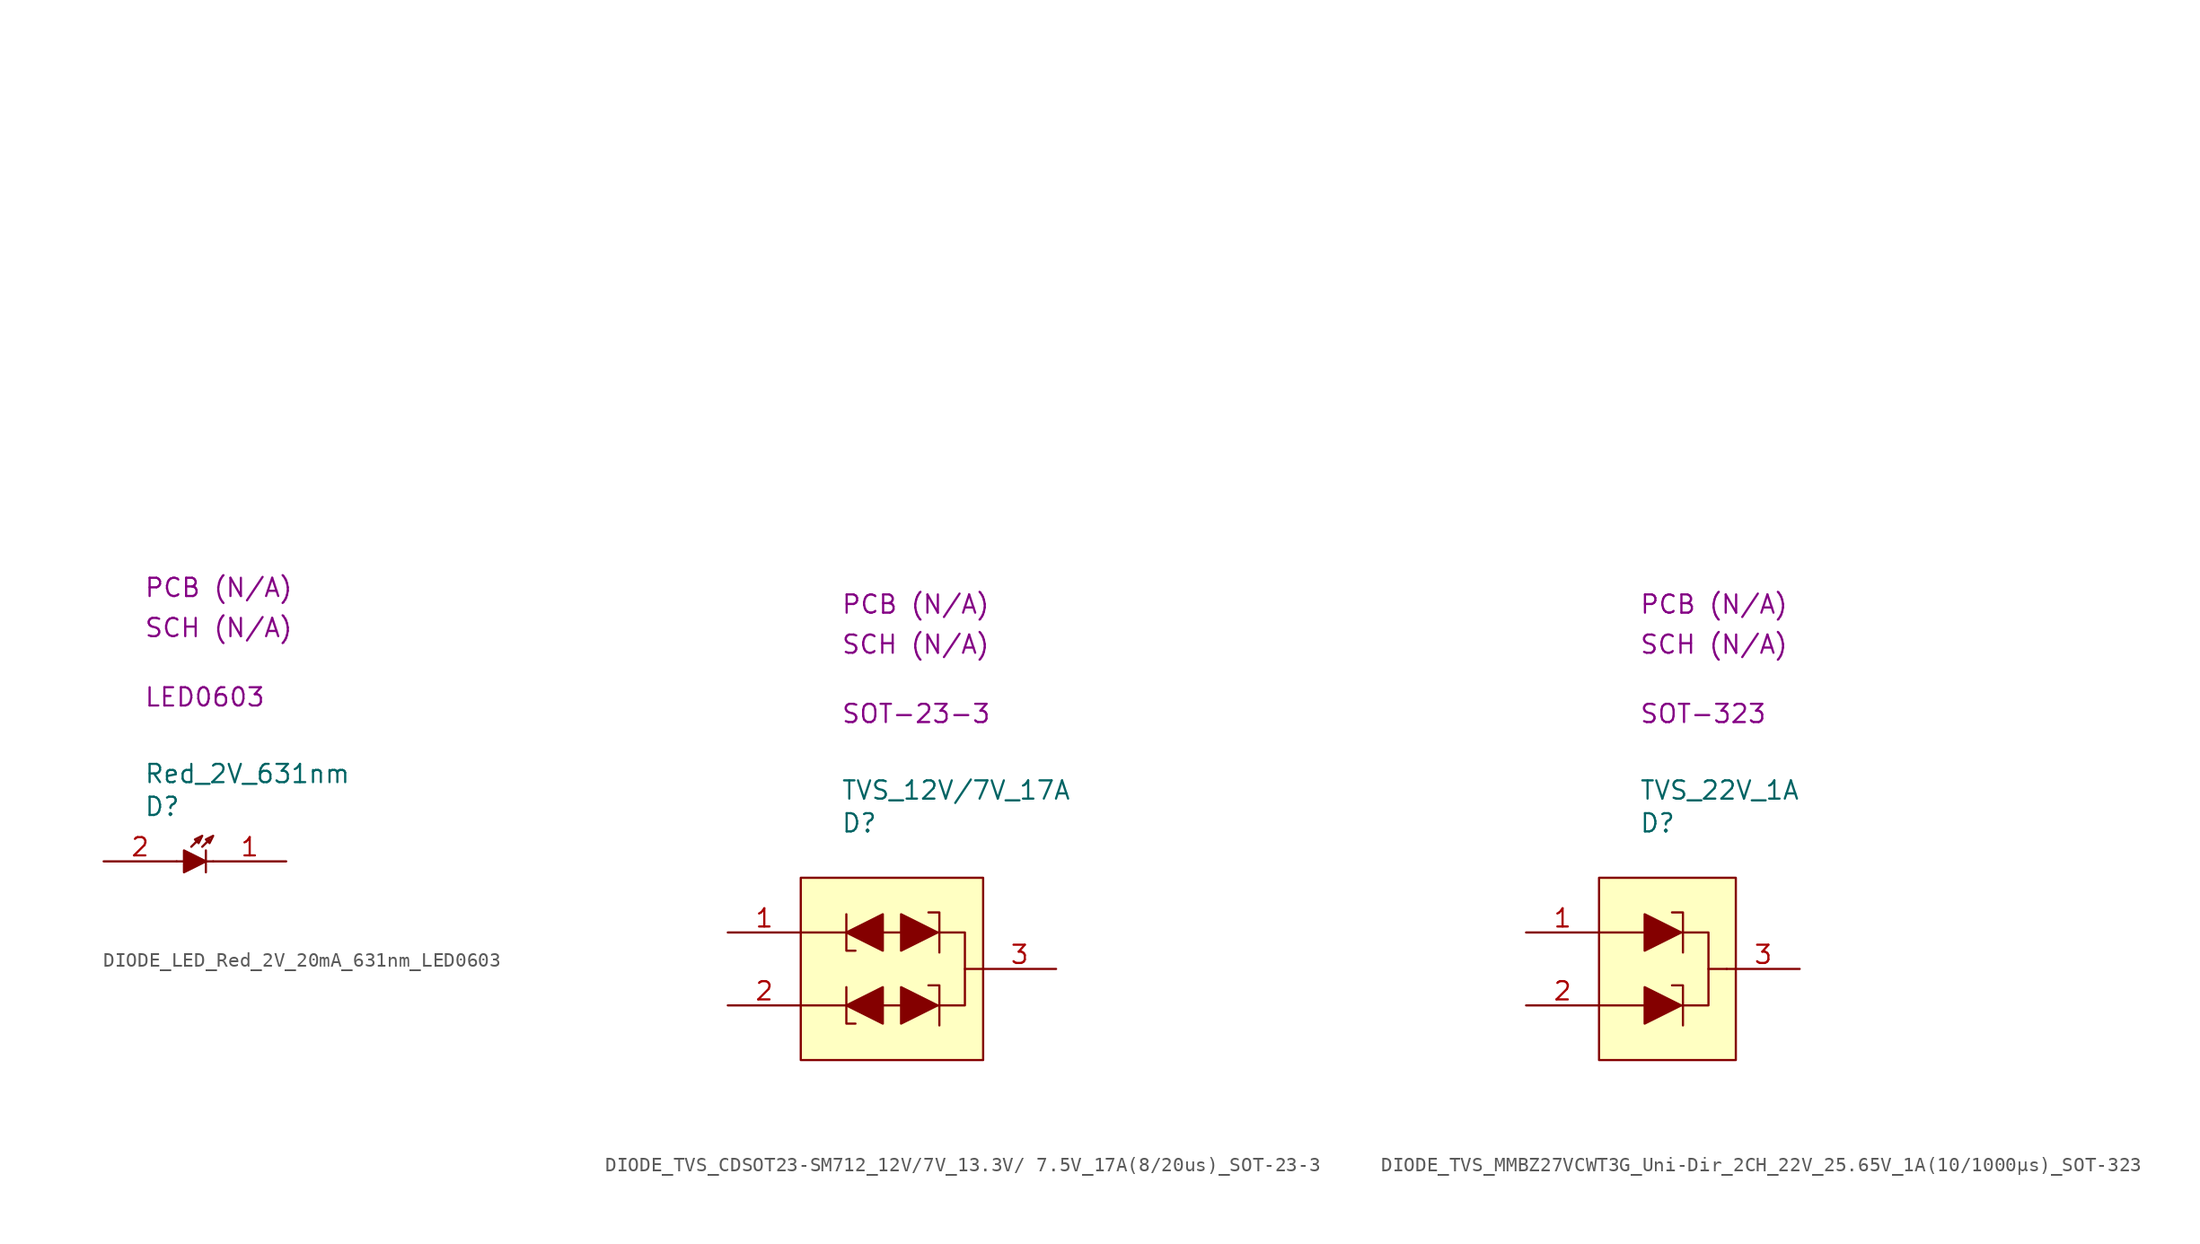
<source format=kicad_sym>
(kicad_symbol_lib
  (version 20231120)
  (generator "kicad_symbol_editor")
  (generator_version "8.0")
  (symbol "DIODE_LED_Red_2V_20mA_631nm_LED0603"
    (property "Reference" "D"
      (at 2.794 3.81 0)
      (effects (font (size 1.27 1.27)) (justify left)))
    (property "Value" "Red_2V_631nm"
      (at 2.794 6.096 0)
      (effects (font (size 1.27 1.27)) (justify left)))
    (property "Package" "LED0603"
      (at 2.794 11.43 0)
      (effects (font (size 1.27 1.27)) (justify left)))
    (property "SCH CHECK" "SCH (N/A)"
      (at 2.794 16.256 0)
      (effects (font (size 1.27 1.27)) (justify left)))
    (property "PCB CHECk" "PCB (N/A)"
      (at 2.794 19.05 0)
      (effects (font (size 1.27 1.27)) (justify left)))
    (symbol "DIODE_LED_Red_2V_20mA_631nm_LED0603_0_1"
      (polyline private (pts (xy 2.54 2.54) (xy 27.94 2.54)) (stroke (width 0) (type default)) (fill (type none)))
      (polyline private (pts (xy 2.54 5.08) (xy 27.94 5.08)) (stroke (width 0) (type default)) (fill (type none)))
      (polyline private (pts (xy 2.54 7.62) (xy 27.94 7.62)) (stroke (width 0) (type default)) (fill (type none)))
      (polyline private (pts (xy 2.54 10.16) (xy 27.94 10.16)) (stroke (width 0) (type default)) (fill (type none)))
      (polyline private (pts (xy 2.54 12.7) (xy 27.94 12.7)) (stroke (width 0) (type default)) (fill (type none)))
      (polyline private (pts (xy 2.54 15.24) (xy 27.94 15.24)) (stroke (width 0) (type default)) (fill (type none)))
      (polyline private (pts (xy 2.54 17.78) (xy 27.94 17.78)) (stroke (width 0) (type default)) (fill (type none)))
      (polyline private (pts (xy 2.54 20.32) (xy 27.94 20.32)) (stroke (width 0) (type default)) (fill (type none)))
      (polyline private (pts (xy 2.54 22.86) (xy 27.94 22.86)) (stroke (width 0) (type default)) (fill (type none)))
      (polyline private (pts (xy 2.54 25.4) (xy 27.94 25.4)) (stroke (width 0) (type default)) (fill (type none)))
      (polyline private (pts (xy 2.54 27.94) (xy 27.94 27.94)) (stroke (width 0) (type default)) (fill (type none)))
      (polyline private (pts (xy 2.54 30.48) (xy 27.94 30.48)) (stroke (width 0) (type default)) (fill (type none)))
      (polyline private (pts (xy 2.54 33.02) (xy 27.94 33.02)) (stroke (width 0) (type default)) (fill (type none)))
      (polyline private (pts (xy 2.54 35.56) (xy 27.94 35.56)) (stroke (width 0) (type default)) (fill (type none)))
      (polyline private (pts (xy 2.54 38.1) (xy 27.94 38.1)) (stroke (width 0) (type default)) (fill (type none)))
      (polyline private (pts (xy 2.54 40.64) (xy 27.94 40.64)) (stroke (width 0) (type default)) (fill (type none)))
      (polyline private (pts (xy 2.54 43.18) (xy 27.94 43.18)) (stroke (width 0) (type default)) (fill (type none)))
      (polyline private (pts (xy 2.54 45.72) (xy 27.94 45.72)) (stroke (width 0) (type default)) (fill (type none)))
      (polyline private (pts (xy 2.54 48.26) (xy 27.94 48.26)) (stroke (width 0) (type default)) (fill (type none)))
      (polyline private (pts (xy 2.54 50.8) (xy 27.94 50.8)) (stroke (width 0) (type default)) (fill (type none))))
    (symbol "DIODE_LED_Red_2V_20mA_631nm_LED0603_1_1"
      (polyline (pts (xy 5.588 0) (xy 5.08 0)) (stroke (width 0) (type default)) (fill (type none)))
      (polyline (pts (xy 6.096 1.016) (xy 6.604 1.524)) (stroke (width 0) (type default)) (fill (type none)))
      (polyline (pts (xy 6.858 1.016) (xy 7.366 1.524)) (stroke (width 0) (type default)) (fill (type none)))
      (polyline (pts (xy 7.112 0) (xy 7.62 0)) (stroke (width 0) (type default)) (fill (type none)))
      (polyline (pts (xy 7.112 0.762) (xy 7.112 -0.762)) (stroke (width 0) (type default)) (fill (type none)))
      (polyline (pts (xy 5.588 0.762) (xy 5.588 -0.762) (xy 7.112 0) (xy 5.588 0.762)) (stroke (width 0) (type default)) (fill (type outline)))
      (polyline (pts (xy 6.35 1.524) (xy 6.604 1.27) (xy 6.858 1.778) (xy 6.35 1.524)) (stroke (width 0) (type default)) (fill (type none)))
      (polyline (pts (xy 7.112 1.524) (xy 7.366 1.27) (xy 7.62 1.778) (xy 7.112 1.524)) (stroke (width 0) (type default)) (fill (type none)))
      (pin passive line (at 12.7 0 180) (length 5.08) (name "" (effects (font (size 1.27 1.27)))) (number "1" (effects (font (size 1.27 1.27)))))
      (pin passive line (at 0 0 0) (length 5.08) (name "" (effects (font (size 1.27 1.27)))) (number "2" (effects (font (size 1.27 1.27)))))))
  (symbol "DIODE_TVS_CDSOT23-SM712_12V/7V_13.3V/ 7.5V_17A(8/20us)_SOT-23-3"
    (property "Reference" "D"
      (at 2.794 3.81 0)
      (effects (font (size 1.27 1.27)) (justify left)))
    (property "Value" "TVS_12V/7V_17A"
      (at 2.794 6.096 0)
      (effects (font (size 1.27 1.27)) (justify left)))
    (property "Package" "SOT-23-3"
      (at 2.794 11.43 0)
      (effects (font (size 1.27 1.27)) (justify left)))
    (property "SCH CHECK" "SCH (N/A)"
      (at 2.794 16.256 0)
      (effects (font (size 1.27 1.27)) (justify left)))
    (property "PCB CHECk" "PCB (N/A)"
      (at 2.794 19.05 0)
      (effects (font (size 1.27 1.27)) (justify left)))
    (symbol "DIODE_TVS_CDSOT23-SM712_12V/7V_13.3V/ 7.5V_17A(8/20us)_SOT-23-3_0_1"
      (polyline private (pts (xy 2.54 2.54) (xy 27.94 2.54)) (stroke (width 0) (type default)) (fill (type none)))
      (polyline private (pts (xy 2.54 5.08) (xy 27.94 5.08)) (stroke (width 0) (type default)) (fill (type none)))
      (polyline private (pts (xy 2.54 7.62) (xy 27.94 7.62)) (stroke (width 0) (type default)) (fill (type none)))
      (polyline private (pts (xy 2.54 10.16) (xy 27.94 10.16)) (stroke (width 0) (type default)) (fill (type none)))
      (polyline private (pts (xy 2.54 12.7) (xy 27.94 12.7)) (stroke (width 0) (type default)) (fill (type none)))
      (polyline private (pts (xy 2.54 15.24) (xy 27.94 15.24)) (stroke (width 0) (type default)) (fill (type none)))
      (polyline private (pts (xy 2.54 17.78) (xy 27.94 17.78)) (stroke (width 0) (type default)) (fill (type none)))
      (polyline private (pts (xy 2.54 20.32) (xy 27.94 20.32)) (stroke (width 0) (type default)) (fill (type none)))
      (polyline private (pts (xy 2.54 22.86) (xy 27.94 22.86)) (stroke (width 0) (type default)) (fill (type none)))
      (polyline private (pts (xy 2.54 25.4) (xy 27.94 25.4)) (stroke (width 0) (type default)) (fill (type none)))
      (polyline private (pts (xy 2.54 27.94) (xy 27.94 27.94)) (stroke (width 0) (type default)) (fill (type none)))
      (polyline private (pts (xy 2.54 30.48) (xy 27.94 30.48)) (stroke (width 0) (type default)) (fill (type none)))
      (polyline private (pts (xy 2.54 33.02) (xy 27.94 33.02)) (stroke (width 0) (type default)) (fill (type none)))
      (polyline private (pts (xy 2.54 35.56) (xy 27.94 35.56)) (stroke (width 0) (type default)) (fill (type none)))
      (polyline private (pts (xy 2.54 38.1) (xy 27.94 38.1)) (stroke (width 0) (type default)) (fill (type none)))
      (polyline private (pts (xy 2.54 40.64) (xy 27.94 40.64)) (stroke (width 0) (type default)) (fill (type none)))
      (polyline private (pts (xy 2.54 43.18) (xy 27.94 43.18)) (stroke (width 0) (type default)) (fill (type none)))
      (polyline private (pts (xy 2.54 45.72) (xy 27.94 45.72)) (stroke (width 0) (type default)) (fill (type none)))
      (polyline private (pts (xy 2.54 48.26) (xy 27.94 48.26)) (stroke (width 0) (type default)) (fill (type none)))
      (polyline private (pts (xy 2.54 50.8) (xy 27.94 50.8)) (stroke (width 0) (type default)) (fill (type none))))
    (symbol "DIODE_TVS_CDSOT23-SM712_12V/7V_13.3V/ 7.5V_17A(8/20us)_SOT-23-3_1_1"
      (polyline (pts (xy 3.175 -8.89) (xy 0 -8.89)) (stroke (width 0) (type default)) (fill (type none)))
      (polyline (pts (xy 3.175 -3.81) (xy 0 -3.81)) (stroke (width 0) (type default)) (fill (type none)))
      (polyline (pts (xy 5.715 -8.89) (xy 6.985 -8.89)) (stroke (width 0) (type default)) (fill (type none)))
      (polyline (pts (xy 5.715 -3.81) (xy 6.985 -3.81)) (stroke (width 0) (type default)) (fill (type none)))
      (polyline (pts (xy 11.43 -6.35) (xy 12.7 -6.35)) (stroke (width 0) (type default)) (fill (type none)))
      (polyline (pts (xy 3.175 -7.62) (xy 3.175 -10.16) (xy 3.81 -10.16)) (stroke (width 0) (type default)) (fill (type none)))
      (polyline (pts (xy 3.175 -2.54) (xy 3.175 -5.08) (xy 3.81 -5.08)) (stroke (width 0) (type default)) (fill (type none)))
      (polyline (pts (xy 9.652 -10.287) (xy 9.652 -7.493) (xy 8.89 -7.493)) (stroke (width 0) (type default)) (fill (type none)))
      (polyline (pts (xy 9.652 -5.207) (xy 9.652 -2.413) (xy 8.89 -2.413)) (stroke (width 0) (type default)) (fill (type none)))
      (polyline (pts (xy 5.715 -10.16) (xy 5.715 -7.62) (xy 3.175 -8.89) (xy 5.715 -10.16)) (stroke (width 0) (type default)) (fill (type outline)))
      (polyline (pts (xy 5.715 -5.08) (xy 5.715 -2.54) (xy 3.175 -3.81) (xy 5.715 -5.08)) (stroke (width 0) (type default)) (fill (type outline)))
      (polyline (pts (xy 6.985 -7.62) (xy 6.985 -10.16) (xy 9.525 -8.89) (xy 6.985 -7.62)) (stroke (width 0) (type default)) (fill (type outline)))
      (polyline (pts (xy 6.985 -2.54) (xy 6.985 -5.08) (xy 9.525 -3.81) (xy 6.985 -2.54)) (stroke (width 0) (type default)) (fill (type outline)))
      (polyline (pts (xy 9.525 -3.81) (xy 11.43 -3.81) (xy 11.43 -8.89) (xy 9.525 -8.89)) (stroke (width 0) (type default)) (fill (type none)))
      (rectangle (start 0 0) (end 12.7 -12.7) (stroke (width 0) (type default)) (fill (type background)))
      (pin passive line (at -5.08 -3.81 0) (length 5.08) (name "" (effects (font (size 1.27 1.27)))) (number "1" (effects (font (size 1.27 1.27)))))
      (pin passive line (at -5.08 -8.89 0) (length 5.08) (name "" (effects (font (size 1.27 1.27)))) (number "2" (effects (font (size 1.27 1.27)))))
      (pin passive line (at 17.78 -6.35 180) (length 5.08) (name "" (effects (font (size 1.27 1.27)))) (number "3" (effects (font (size 1.27 1.27)))))))
  (symbol "DIODE_TVS_MMBZ27VCWT3G_Uni-Dir_2CH_22V_25.65V_1A(10/1000µs)_SOT-323"
    (property "Reference" "D"
      (at 2.794 3.81 0)
      (effects (font (size 1.27 1.27)) (justify left)))
    (property "Value" "TVS_22V_1A"
      (at 2.794 6.096 0)
      (effects (font (size 1.27 1.27)) (justify left)))
    (property "Package" "SOT-323"
      (at 2.794 11.43 0)
      (effects (font (size 1.27 1.27)) (justify left)))
    (property "SCH CHECK" "SCH (N/A)"
      (at 2.794 16.256 0)
      (effects (font (size 1.27 1.27)) (justify left)))
    (property "PCB CHECk" "PCB (N/A)"
      (at 2.794 19.05 0)
      (effects (font (size 1.27 1.27)) (justify left)))
    (symbol "DIODE_TVS_MMBZ27VCWT3G_Uni-Dir_2CH_22V_25.65V_1A(10/1000µs)_SOT-323_0_1"
      (polyline private (pts (xy 2.54 2.54) (xy 27.94 2.54)) (stroke (width 0) (type default)) (fill (type none)))
      (polyline private (pts (xy 2.54 5.08) (xy 27.94 5.08)) (stroke (width 0) (type default)) (fill (type none)))
      (polyline private (pts (xy 2.54 7.62) (xy 27.94 7.62)) (stroke (width 0) (type default)) (fill (type none)))
      (polyline private (pts (xy 2.54 10.16) (xy 27.94 10.16)) (stroke (width 0) (type default)) (fill (type none)))
      (polyline private (pts (xy 2.54 12.7) (xy 27.94 12.7)) (stroke (width 0) (type default)) (fill (type none)))
      (polyline private (pts (xy 2.54 15.24) (xy 27.94 15.24)) (stroke (width 0) (type default)) (fill (type none)))
      (polyline private (pts (xy 2.54 17.78) (xy 27.94 17.78)) (stroke (width 0) (type default)) (fill (type none)))
      (polyline private (pts (xy 2.54 20.32) (xy 27.94 20.32)) (stroke (width 0) (type default)) (fill (type none)))
      (polyline private (pts (xy 2.54 22.86) (xy 27.94 22.86)) (stroke (width 0) (type default)) (fill (type none)))
      (polyline private (pts (xy 2.54 25.4) (xy 27.94 25.4)) (stroke (width 0) (type default)) (fill (type none)))
      (polyline private (pts (xy 2.54 27.94) (xy 27.94 27.94)) (stroke (width 0) (type default)) (fill (type none)))
      (polyline private (pts (xy 2.54 30.48) (xy 27.94 30.48)) (stroke (width 0) (type default)) (fill (type none)))
      (polyline private (pts (xy 2.54 33.02) (xy 27.94 33.02)) (stroke (width 0) (type default)) (fill (type none)))
      (polyline private (pts (xy 2.54 35.56) (xy 27.94 35.56)) (stroke (width 0) (type default)) (fill (type none)))
      (polyline private (pts (xy 2.54 38.1) (xy 27.94 38.1)) (stroke (width 0) (type default)) (fill (type none)))
      (polyline private (pts (xy 2.54 40.64) (xy 27.94 40.64)) (stroke (width 0) (type default)) (fill (type none)))
      (polyline private (pts (xy 2.54 43.18) (xy 27.94 43.18)) (stroke (width 0) (type default)) (fill (type none)))
      (polyline private (pts (xy 2.54 45.72) (xy 27.94 45.72)) (stroke (width 0) (type default)) (fill (type none)))
      (polyline private (pts (xy 2.54 48.26) (xy 27.94 48.26)) (stroke (width 0) (type default)) (fill (type none)))
      (polyline private (pts (xy 2.54 50.8) (xy 27.94 50.8)) (stroke (width 0) (type default)) (fill (type none))))
    (symbol "DIODE_TVS_MMBZ27VCWT3G_Uni-Dir_2CH_22V_25.65V_1A(10/1000µs)_SOT-323_1_1"
      (polyline (pts (xy 3.175 -8.89) (xy 0 -8.89)) (stroke (width 0) (type default)) (fill (type none)))
      (polyline (pts (xy 3.175 -3.81) (xy 0 -3.81)) (stroke (width 0) (type default)) (fill (type none)))
      (polyline (pts (xy 7.62 -6.35) (xy 8.89 -6.35)) (stroke (width 0) (type default)) (fill (type none)))
      (polyline (pts (xy 5.842 -10.287) (xy 5.842 -7.493) (xy 5.08 -7.493)) (stroke (width 0) (type default)) (fill (type none)))
      (polyline (pts (xy 5.842 -5.207) (xy 5.842 -2.413) (xy 5.08 -2.413)) (stroke (width 0) (type default)) (fill (type none)))
      (polyline (pts (xy 3.175 -7.62) (xy 3.175 -10.16) (xy 5.715 -8.89) (xy 3.175 -7.62)) (stroke (width 0) (type default)) (fill (type outline)))
      (polyline (pts (xy 3.175 -2.54) (xy 3.175 -5.08) (xy 5.715 -3.81) (xy 3.175 -2.54)) (stroke (width 0) (type default)) (fill (type outline)))
      (polyline (pts (xy 5.715 -3.81) (xy 7.62 -3.81) (xy 7.62 -8.89) (xy 5.715 -8.89)) (stroke (width 0) (type default)) (fill (type none)))
      (rectangle (start 0 0) (end 9.525 -12.7) (stroke (width 0) (type default)) (fill (type background)))
      (pin passive line (at -5.08 -3.81 0) (length 5.08) (name "" (effects (font (size 1.27 1.27)))) (number "1" (effects (font (size 1.27 1.27)))))
      (pin passive line (at -5.08 -8.89 0) (length 5.08) (name "" (effects (font (size 1.27 1.27)))) (number "2" (effects (font (size 1.27 1.27)))))
      (pin passive line (at 13.97 -6.35 180) (length 5.08) (name "" (effects (font (size 1.27 1.27)))) (number "3" (effects (font (size 1.27 1.27))))))))
</source>
